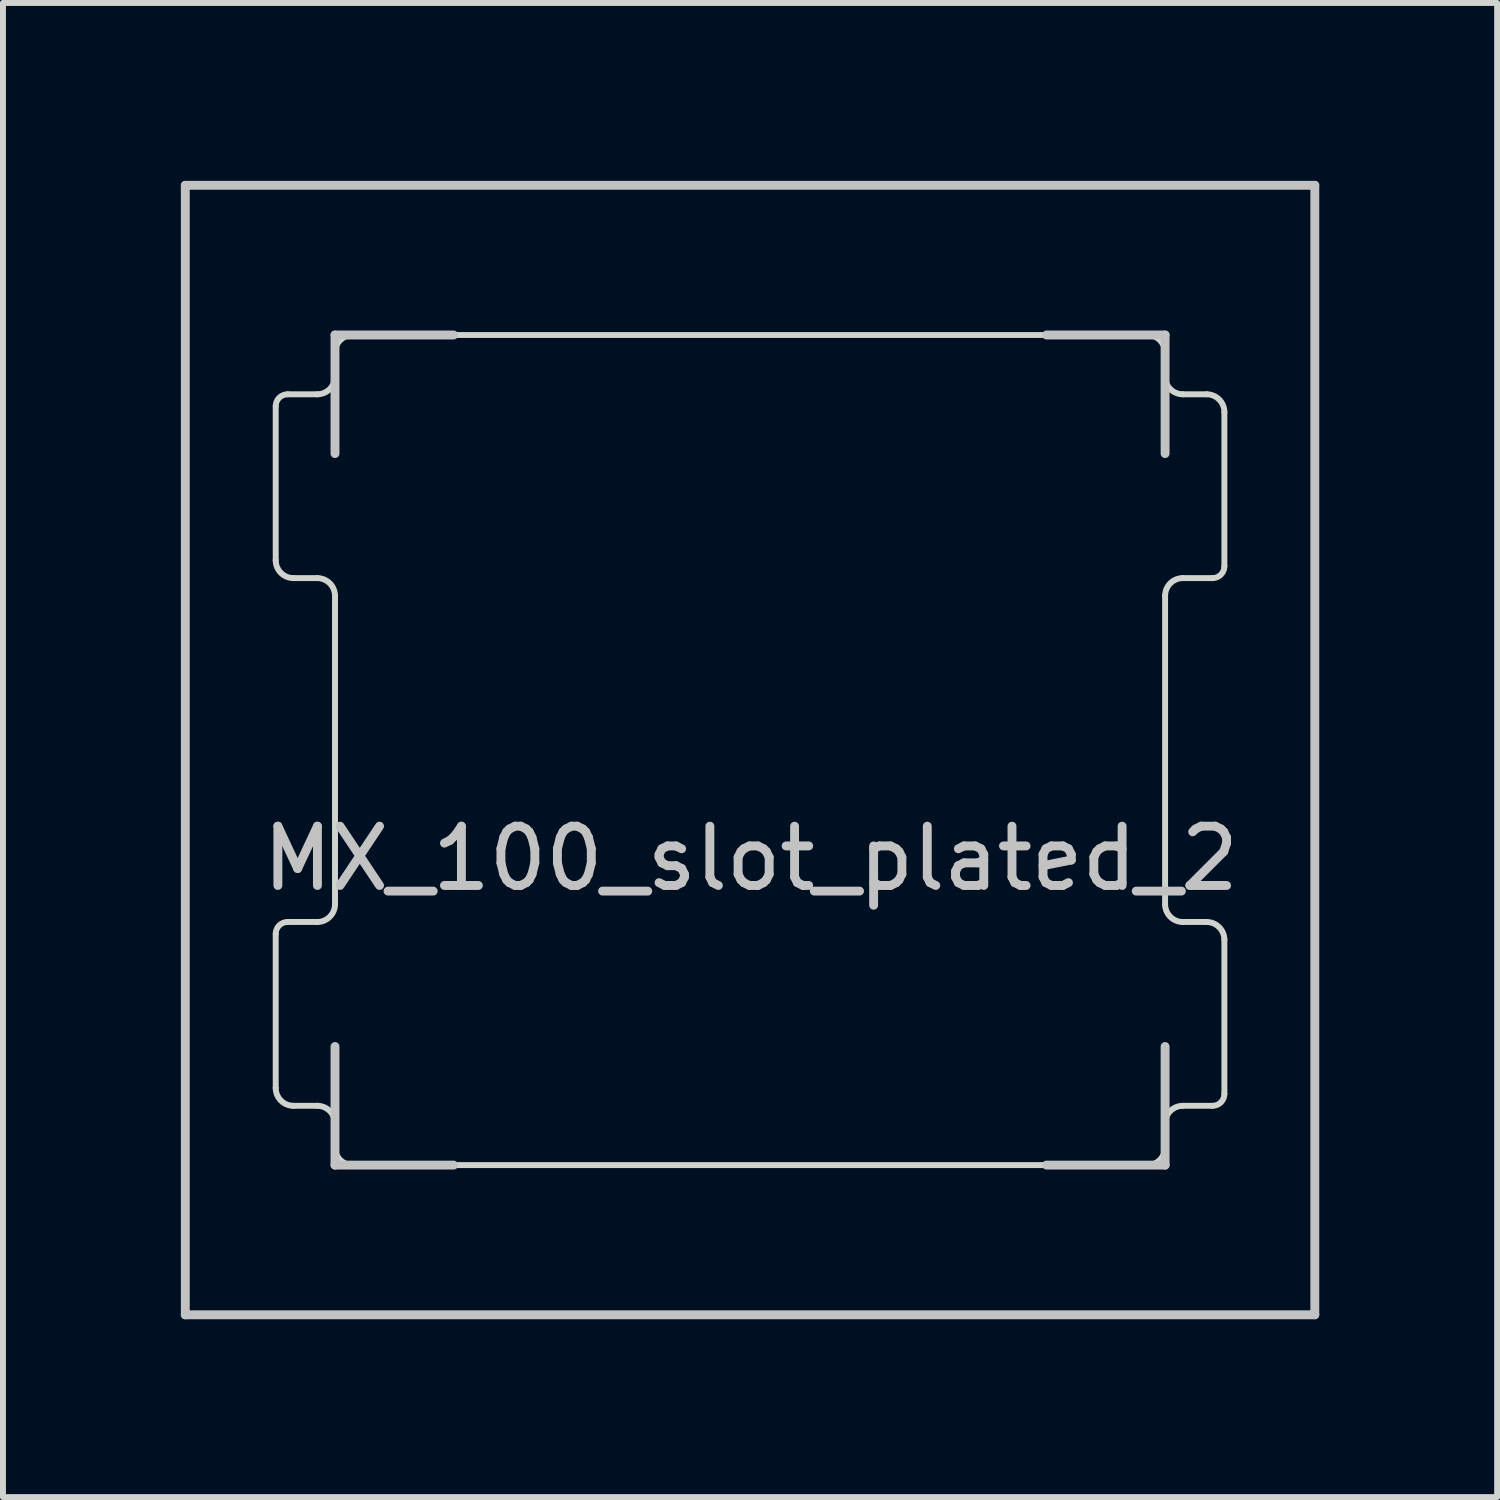
<source format=kicad_pcb>
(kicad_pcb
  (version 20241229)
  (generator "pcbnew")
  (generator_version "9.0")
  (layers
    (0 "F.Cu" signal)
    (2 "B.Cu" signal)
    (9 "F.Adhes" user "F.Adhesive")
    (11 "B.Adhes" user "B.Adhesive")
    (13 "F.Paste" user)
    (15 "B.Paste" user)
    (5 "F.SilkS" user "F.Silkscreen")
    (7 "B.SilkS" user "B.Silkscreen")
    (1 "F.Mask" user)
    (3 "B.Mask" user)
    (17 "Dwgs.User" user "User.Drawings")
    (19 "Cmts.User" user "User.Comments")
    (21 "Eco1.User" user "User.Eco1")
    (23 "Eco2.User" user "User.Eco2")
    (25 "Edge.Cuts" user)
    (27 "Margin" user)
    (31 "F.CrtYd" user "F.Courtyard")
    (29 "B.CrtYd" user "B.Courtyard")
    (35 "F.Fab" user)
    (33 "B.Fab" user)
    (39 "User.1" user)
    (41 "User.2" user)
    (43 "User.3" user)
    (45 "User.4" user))
  (footprint "MX_100_slot_plated_2"
    (layer "F.Cu")
    (at 9.6 9.6)
    (property "Reference" "MX_100_slot_plated_2" (at 0.013 1.829 0) (layer "Dwgs.User") (effects (font (size 1 1) (thickness 0.15))))
    (attr through_hole)
    (fp_line (start -7.5 -6) (end -7.5 6) (stroke (width 2) (type solid)) (layer "F.Mask"))
    (fp_line (start -6.5 -7) (end 6.5 -7) (stroke (width 2) (type solid)) (layer "F.Mask"))
    (fp_line (start 6.5 7) (end -6.5 7) (stroke (width 2) (type solid)) (layer "F.Mask"))
    (fp_line (start 7.5 -6) (end 7.5 6) (stroke (width 2) (type solid)) (layer "F.Mask"))
    (fp_arc (start -7.5 -6) (mid -7.207107 -6.707107) (end -6.5 -7) (stroke (width 2) (type solid)) (layer "F.Mask"))
    (fp_arc (start -6.5 7) (mid -7.207107 6.707107) (end -7.5 6) (stroke (width 2) (type solid)) (layer "F.Mask"))
    (fp_arc (start 6.5 -7) (mid 7.207107 -6.707107) (end 7.5 -6) (stroke (width 2) (type solid)) (layer "F.Mask"))
    (fp_arc (start 7.5 6) (mid 7.207107 6.707107) (end 6.5 7) (stroke (width 2) (type solid)) (layer "F.Mask"))
    (fp_line (start -7.5 -6) (end -7.5 6) (stroke (width 2) (type solid)) (layer "B.Mask"))
    (fp_line (start -6.5 -7) (end 6.5 -7) (stroke (width 2) (type solid)) (layer "B.Mask"))
    (fp_line (start 6.5 7) (end -6.5 7) (stroke (width 2) (type solid)) (layer "B.Mask"))
    (fp_line (start 7.3 2.9) (end 7.7 2.9) (stroke (width 0.12) (type solid)) (layer "B.Mask"))
    (fp_line (start 7.5 -6) (end 7.5 6) (stroke (width 2) (type solid)) (layer "B.Mask"))
    (fp_line (start 7.8 -2.9) (end 7.3 -2.9) (stroke (width 0.12) (type solid)) (layer "B.Mask"))
    (fp_arc (start -7.5 -6) (mid -7.207107 -6.707107) (end -6.5 -7) (stroke (width 2) (type solid)) (layer "B.Mask"))
    (fp_arc (start -6.5 7) (mid -7.207107 6.707107) (end -7.5 6) (stroke (width 2) (type solid)) (layer "B.Mask"))
    (fp_arc (start 6.5 -7) (mid 7.207107 -6.707107) (end 7.5 -6) (stroke (width 2) (type solid)) (layer "B.Mask"))
    (fp_arc (start 7.5 6) (mid 7.207107 6.707107) (end 6.5 7) (stroke (width 2) (type solid)) (layer "B.Mask"))
    (fp_line (start -9.525 -9.525) (end 9.525 -9.525) (stroke (width 0.15) (type solid)) (layer "Dwgs.User"))
    (fp_line (start -9.525 9.525) (end -9.525 -9.525) (stroke (width 0.15) (type solid)) (layer "Dwgs.User"))
    (fp_line (start -7 -7) (end -7 -5) (stroke (width 0.15) (type solid)) (layer "Dwgs.User"))
    (fp_line (start -7 5) (end -7 7) (stroke (width 0.15) (type solid)) (layer "Dwgs.User"))
    (fp_line (start -7 7) (end -5 7) (stroke (width 0.15) (type solid)) (layer "Dwgs.User"))
    (fp_line (start -5 -7) (end -7 -7) (stroke (width 0.15) (type solid)) (layer "Dwgs.User"))
    (fp_line (start 5 -7) (end 7 -7) (stroke (width 0.15) (type solid)) (layer "Dwgs.User"))
    (fp_line (start 5 7) (end 7 7) (stroke (width 0.15) (type solid)) (layer "Dwgs.User"))
    (fp_line (start 7 -7) (end 7 -5) (stroke (width 0.15) (type solid)) (layer "Dwgs.User"))
    (fp_line (start 7 7) (end 7 5) (stroke (width 0.15) (type solid)) (layer "Dwgs.User"))
    (fp_line (start 9.525 -9.525) (end 9.525 9.525) (stroke (width 0.15) (type solid)) (layer "Dwgs.User"))
    (fp_line (start 9.525 9.525) (end -9.525 9.525) (stroke (width 0.15) (type solid)) (layer "Dwgs.User"))
    (fp_line (start -8 -5.8) (end -8 -3.2) (stroke (width 0.1) (type solid)) (layer "Edge.Cuts"))
    (fp_line (start -8 3.1) (end -8 5.7) (stroke (width 0.1) (type solid)) (layer "Edge.Cuts"))
    (fp_line (start -7.8 -6) (end -7.3 -6) (stroke (width 0.1) (type solid)) (layer "Edge.Cuts"))
    (fp_line (start -7.8 2.9) (end -7.3 2.9) (stroke (width 0.1) (type solid)) (layer "Edge.Cuts"))
    (fp_line (start -7.3 -2.9) (end -7.7 -2.9) (stroke (width 0.1) (type solid)) (layer "Edge.Cuts"))
    (fp_line (start -7.3 6) (end -7.7 6) (stroke (width 0.1) (type solid)) (layer "Edge.Cuts"))
    (fp_line (start -7 -6.3) (end -7 -6.7) (stroke (width 0.1) (type solid)) (layer "Edge.Cuts"))
    (fp_line (start -7 -2.6) (end -7 2.6) (stroke (width 0.1) (type solid)) (layer "Edge.Cuts"))
    (fp_line (start -7 6.7) (end -7 6.3) (stroke (width 0.1) (type solid)) (layer "Edge.Cuts"))
    (fp_line (start 6.7 -7) (end -6.7 -7) (stroke (width 0.1) (type solid)) (layer "Edge.Cuts"))
    (fp_line (start 6.7 7) (end -6.7 7) (stroke (width 0.1) (type solid)) (layer "Edge.Cuts"))
    (fp_line (start 7 -6.7) (end 7 -6.3) (stroke (width 0.1) (type solid)) (layer "Edge.Cuts"))
    (fp_line (start 7 2.6) (end 7 -2.6) (stroke (width 0.1) (type solid)) (layer "Edge.Cuts"))
    (fp_line (start 7 6.3) (end 7 6.7) (stroke (width 0.1) (type solid)) (layer "Edge.Cuts"))
    (fp_line (start 7.3 -6) (end 7.7 -6) (stroke (width 0.1) (type solid)) (layer "Edge.Cuts"))
    (fp_line (start 7.3 2.9) (end 7.7 2.9) (stroke (width 0.1) (type solid)) (layer "Edge.Cuts"))
    (fp_line (start 7.8 -2.9) (end 7.3 -2.9) (stroke (width 0.1) (type solid)) (layer "Edge.Cuts"))
    (fp_line (start 7.8 6) (end 7.3 6) (stroke (width 0.1) (type solid)) (layer "Edge.Cuts"))
    (fp_line (start 8 -3.1) (end 8 -5.7) (stroke (width 0.1) (type solid)) (layer "Edge.Cuts"))
    (fp_line (start 8 5.8) (end 8 3.2) (stroke (width 0.1) (type solid)) (layer "Edge.Cuts"))
    (fp_arc (start -8 -5.8) (mid -7.941421 -5.941421) (end -7.8 -6) (stroke (width 0.1) (type solid)) (layer "Edge.Cuts"))
    (fp_arc (start -8 3.1) (mid -7.941421 2.958579) (end -7.8 2.9) (stroke (width 0.1) (type solid)) (layer "Edge.Cuts"))
    (fp_arc (start -7.7 -2.9) (mid -7.912132 -2.987868) (end -8 -3.2) (stroke (width 0.1) (type solid)) (layer "Edge.Cuts"))
    (fp_arc (start -7.7 6) (mid -7.912132 5.912132) (end -8 5.7) (stroke (width 0.1) (type solid)) (layer "Edge.Cuts"))
    (fp_arc (start -7.3 -2.9) (mid -7.087868 -2.812132) (end -7 -2.6) (stroke (width 0.1) (type solid)) (layer "Edge.Cuts"))
    (fp_arc (start -7.3 6) (mid -7.087868 6.087868) (end -7 6.3) (stroke (width 0.1) (type solid)) (layer "Edge.Cuts"))
    (fp_arc (start -7 -6.7) (mid -6.912132 -6.912132) (end -6.7 -7) (stroke (width 0.1) (type solid)) (layer "Edge.Cuts"))
    (fp_arc (start -7 -6.3) (mid -7.087868 -6.087868) (end -7.3 -6) (stroke (width 0.1) (type solid)) (layer "Edge.Cuts"))
    (fp_arc (start -7 2.6) (mid -7.087868 2.812132) (end -7.3 2.9) (stroke (width 0.1) (type solid)) (layer "Edge.Cuts"))
    (fp_arc (start -6.7 7) (mid -6.912132 6.912132) (end -7 6.7) (stroke (width 0.1) (type solid)) (layer "Edge.Cuts"))
    (fp_arc (start 6.7 -7) (mid 6.912132 -6.912132) (end 7 -6.7) (stroke (width 0.1) (type solid)) (layer "Edge.Cuts"))
    (fp_arc (start 7 -2.6) (mid 7.087868 -2.812132) (end 7.3 -2.9) (stroke (width 0.1) (type solid)) (layer "Edge.Cuts"))
    (fp_arc (start 7 6.3) (mid 7.087868 6.087868) (end 7.3 6) (stroke (width 0.1) (type solid)) (layer "Edge.Cuts"))
    (fp_arc (start 7 6.7) (mid 6.912132 6.912132) (end 6.7 7) (stroke (width 0.1) (type solid)) (layer "Edge.Cuts"))
    (fp_arc (start 7.3 -6) (mid 7.087868 -6.087868) (end 7 -6.3) (stroke (width 0.1) (type solid)) (layer "Edge.Cuts"))
    (fp_arc (start 7.3 2.9) (mid 7.087868 2.812132) (end 7 2.6) (stroke (width 0.1) (type solid)) (layer "Edge.Cuts"))
    (fp_arc (start 7.7 -6) (mid 7.912132 -5.912132) (end 8 -5.7) (stroke (width 0.1) (type solid)) (layer "Edge.Cuts"))
    (fp_arc (start 7.7 2.9) (mid 7.912132 2.987868) (end 8 3.2) (stroke (width 0.1) (type solid)) (layer "Edge.Cuts"))
    (fp_arc (start 8 -3.1) (mid 7.941421 -2.958579) (end 7.8 -2.9) (stroke (width 0.1) (type solid)) (layer "Edge.Cuts"))
    (fp_arc (start 8 5.8) (mid 7.941421 5.941421) (end 7.8 6) (stroke (width 0.1) (type solid)) (layer "Edge.Cuts")))
  (gr_rect
    (start -3 -3)
    (end 22.2 22.2)
    (stroke (width 0.1) (type default))
    (fill no)
    (layer "Edge.Cuts")))
</source>
